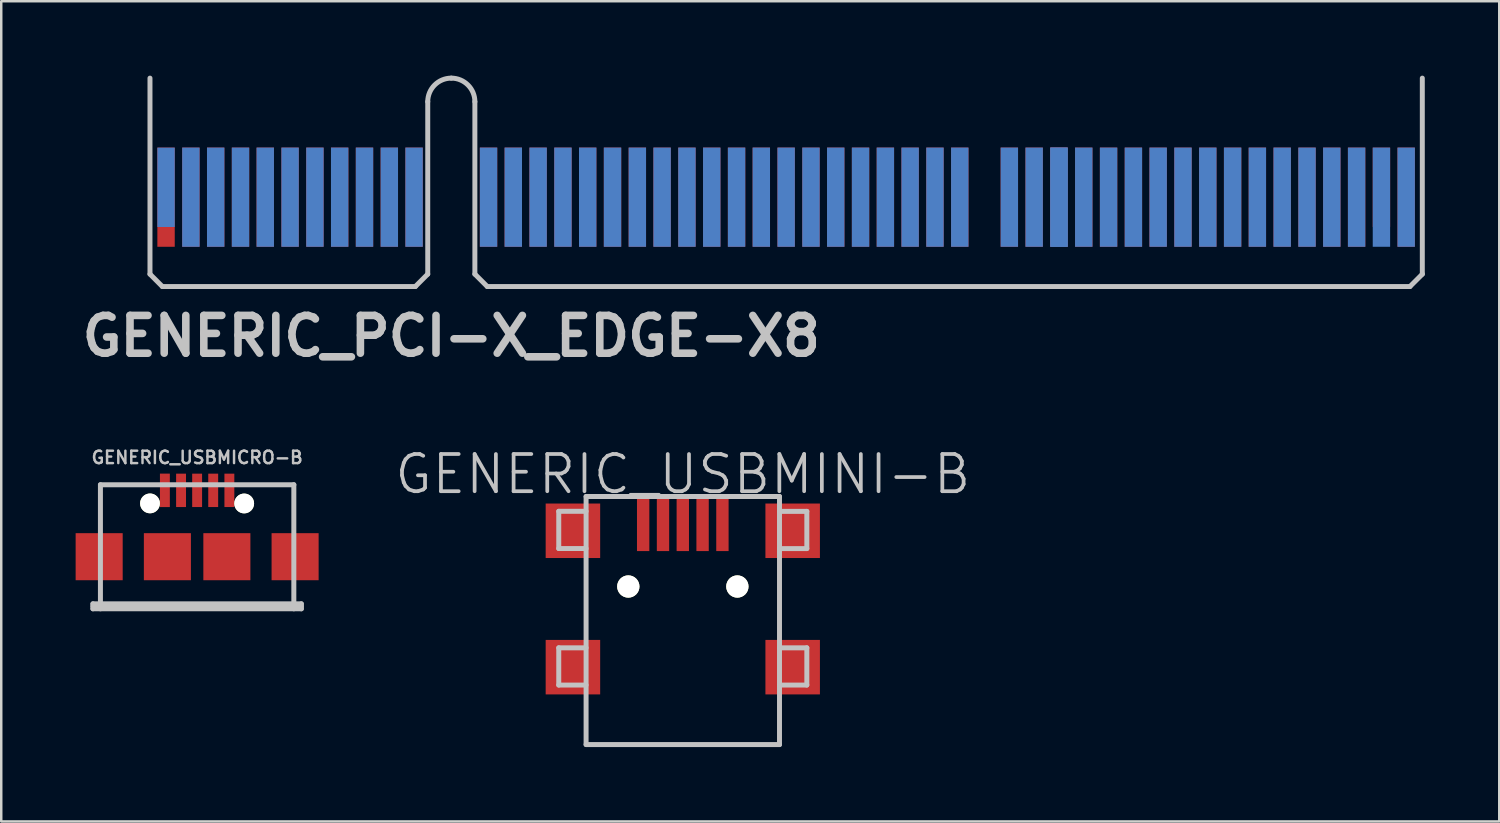
<source format=kicad_pcb>
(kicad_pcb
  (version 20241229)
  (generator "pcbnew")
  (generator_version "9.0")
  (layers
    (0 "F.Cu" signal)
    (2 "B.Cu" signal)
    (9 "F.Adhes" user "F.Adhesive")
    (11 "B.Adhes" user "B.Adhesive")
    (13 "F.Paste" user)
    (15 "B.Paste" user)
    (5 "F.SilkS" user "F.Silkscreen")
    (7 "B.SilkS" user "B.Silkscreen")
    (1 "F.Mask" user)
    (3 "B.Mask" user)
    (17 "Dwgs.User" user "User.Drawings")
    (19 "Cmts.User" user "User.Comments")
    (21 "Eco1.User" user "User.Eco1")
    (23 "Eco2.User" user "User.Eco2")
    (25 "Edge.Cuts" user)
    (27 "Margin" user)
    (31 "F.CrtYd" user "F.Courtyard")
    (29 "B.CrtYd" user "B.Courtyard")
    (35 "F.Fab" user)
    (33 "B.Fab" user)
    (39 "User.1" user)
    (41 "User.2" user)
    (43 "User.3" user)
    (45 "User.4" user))
  (footprint "GENERIC_PCI-X_EDGE-X8"
    (layer "F.Cu")
    (at 15.146 4.301)
    (property "Reference" "GENERIC_PCI-X_EDGE-X8" (at 0 6.2 0) (layer "Dwgs.User") (effects (font (size 1.524 1.524) (thickness 0.305))))
    (attr smd)
    (fp_line (start -12.149 3.701) (end -12.149 -4.201) (stroke (width 0.2) (type solid)) (layer "Dwgs.User"))
    (fp_line (start -11.651 4.201) (end -12.149 3.701) (stroke (width 0.2) (type solid)) (layer "Dwgs.User"))
    (fp_line (start -1.45 4.201) (end -11.651 4.201) (stroke (width 0.2) (type solid)) (layer "Dwgs.User"))
    (fp_line (start -0.95 -3.251) (end -0.95 3.701) (stroke (width 0.2) (type solid)) (layer "Dwgs.User"))
    (fp_line (start -0.95 3.701) (end -1.45 4.201) (stroke (width 0.2) (type solid)) (layer "Dwgs.User"))
    (fp_line (start 0.95 3.701) (end 0.95 -3.251) (stroke (width 0.2) (type solid)) (layer "Dwgs.User"))
    (fp_line (start 0.95 3.701) (end 1.45 4.201) (stroke (width 0.2) (type solid)) (layer "Dwgs.User"))
    (fp_line (start 38.651 4.201) (end 1.45 4.201) (stroke (width 0.2) (type solid)) (layer "Dwgs.User"))
    (fp_line (start 38.651 4.201) (end 39.152 3.701) (stroke (width 0.2) (type solid)) (layer "Dwgs.User"))
    (fp_line (start 39.149 3.701) (end 39.149 -4.201) (stroke (width 0.2) (type solid)) (layer "Dwgs.User"))
    (fp_arc (start -0.94996 -3.2512) (mid -0.671723 -3.922923) (end 0 -4.20116) (stroke (width 0.2) (type solid)) (layer "Dwgs.User"))
    (fp_arc (start 0 -4.20116) (mid 0.671723 -3.922923) (end 0.94996 -3.2512) (stroke (width 0.2) (type solid)) (layer "Dwgs.User"))
    (pad "A1" smd rect (at -11.501 0.201) (size 0.701 3.2) (layers "F.Mask" "B.Cu" "F.Paste"))
    (pad "A2" smd rect (at -10.5 0.599) (size 0.701 4) (layers "F.Mask" "B.Cu" "F.Paste"))
    (pad "A3" smd rect (at -9.5 0.599) (size 0.701 4) (layers "F.Mask" "B.Cu" "F.Paste"))
    (pad "A4" smd rect (at -8.499 0.599) (size 0.701 4) (layers "F.Mask" "B.Cu" "F.Paste"))
    (pad "A5" smd rect (at -7.501 0.599) (size 0.701 4) (layers "F.Mask" "B.Cu" "F.Paste"))
    (pad "A6" smd rect (at -6.5 0.599) (size 0.701 4) (layers "F.Mask" "B.Cu" "F.Paste"))
    (pad "A7" smd rect (at -5.499 0.599) (size 0.701 4) (layers "F.Mask" "B.Cu" "F.Paste"))
    (pad "A8" smd rect (at -4.501 0.599) (size 0.701 4) (layers "F.Mask" "B.Cu" "F.Paste"))
    (pad "A9" smd rect (at -3.5 0.599) (size 0.701 4) (layers "F.Mask" "B.Cu" "F.Paste"))
    (pad "A10" smd rect (at -2.499 0.599) (size 0.701 4) (layers "F.Mask" "B.Cu" "F.Paste"))
    (pad "A11" smd rect (at -1.501 0.599) (size 0.701 4) (layers "F.Mask" "B.Cu" "F.Paste"))
    (pad "A12" smd rect (at 1.501 0.599) (size 0.701 4) (layers "F.Mask" "B.Cu" "F.Paste"))
    (pad "A13" smd rect (at 2.499 0.599) (size 0.701 4) (layers "F.Mask" "B.Cu" "F.Paste"))
    (pad "A14" smd rect (at 3.5 0.599) (size 0.701 4) (layers "F.Mask" "B.Cu" "F.Paste"))
    (pad "A15" smd rect (at 4.501 0.599) (size 0.701 4) (layers "F.Mask" "B.Cu" "F.Paste"))
    (pad "A16" smd rect (at 5.499 0.599) (size 0.701 4) (layers "F.Mask" "B.Cu" "F.Paste"))
    (pad "A17" smd rect (at 6.5 0.599) (size 0.701 4) (layers "F.Mask" "B.Cu" "F.Paste"))
    (pad "A18" smd rect (at 7.501 0.599) (size 0.701 4) (layers "F.Mask" "B.Cu" "F.Paste"))
    (pad "A19" smd rect (at 8.499 0.599) (size 0.701 4) (layers "F.Mask" "B.Cu" "F.Paste"))
    (pad "A20" smd rect (at 9.5 0.599) (size 0.701 4) (layers "F.Mask" "B.Cu" "F.Paste"))
    (pad "A21" smd rect (at 10.5 0.599) (size 0.701 4) (layers "F.Mask" "B.Cu" "F.Paste"))
    (pad "A22" smd rect (at 11.501 0.599) (size 0.701 4) (layers "F.Mask" "B.Cu" "F.Paste"))
    (pad "A23" smd rect (at 12.499 0.599) (size 0.701 4) (layers "F.Mask" "B.Cu" "F.Paste"))
    (pad "A24" smd rect (at 13.5 0.599) (size 0.701 4) (layers "F.Mask" "B.Cu" "F.Paste"))
    (pad "A25" smd rect (at 14.501 0.599) (size 0.701 4) (layers "F.Mask" "B.Cu" "F.Paste"))
    (pad "A26" smd rect (at 15.499 0.599) (size 0.701 4) (layers "F.Mask" "B.Cu" "F.Paste"))
    (pad "A27" smd rect (at 16.5 0.599) (size 0.701 4) (layers "F.Mask" "B.Cu" "F.Paste"))
    (pad "A28" smd rect (at 17.501 0.599) (size 0.701 4) (layers "F.Mask" "B.Cu" "F.Paste"))
    (pad "A29" smd rect (at 18.499 0.599) (size 0.701 4) (layers "F.Mask" "B.Cu" "F.Paste"))
    (pad "A30" smd rect (at 19.5 0.599) (size 0.701 4) (layers "F.Mask" "B.Cu" "F.Paste"))
    (pad "A31" smd rect (at 20.5 0.599) (size 0.701 4) (layers "F.Mask" "B.Cu" "F.Paste"))
    (pad "A32" smd rect (at 24.501 0.599) (size 0.701 4) (layers "F.Mask" "B.Cu" "F.Paste"))
    (pad "A33" smd rect (at 22.499 0.599) (size 0.701 4) (layers "F.Mask" "B.Cu" "F.Paste"))
    (pad "A34" smd rect (at 23.5 0.599) (size 0.701 4) (layers "F.Mask" "B.Cu" "F.Paste"))
    (pad "A35" smd rect (at 24.501 0.599) (size 0.701 4) (layers "F.Mask" "B.Cu" "F.Paste"))
    (pad "A36" smd rect (at 25.499 0.599) (size 0.701 4) (layers "F.Mask" "B.Cu" "F.Paste"))
    (pad "A37" smd rect (at 26.5 0.599) (size 0.701 4) (layers "F.Mask" "B.Cu" "F.Paste"))
    (pad "A38" smd rect (at 27.501 0.599) (size 0.701 4) (layers "F.Mask" "B.Cu" "F.Paste"))
    (pad "A39" smd rect (at 28.499 0.599) (size 0.701 4) (layers "F.Mask" "B.Cu" "F.Paste"))
    (pad "A40" smd rect (at 29.5 0.599) (size 0.701 4) (layers "F.Mask" "B.Cu" "F.Paste"))
    (pad "A41" smd rect (at 30.5 0.599) (size 0.701 4) (layers "F.Mask" "B.Cu" "F.Paste"))
    (pad "A42" smd rect (at 31.501 0.599) (size 0.701 4) (layers "F.Mask" "B.Cu" "F.Paste"))
    (pad "A43" smd rect (at 32.499 0.599) (size 0.701 4) (layers "F.Mask" "B.Cu" "F.Paste"))
    (pad "A44" smd rect (at 33.5 0.599) (size 0.701 4) (layers "F.Mask" "B.Cu" "F.Paste"))
    (pad "A45" smd rect (at 34.501 0.599) (size 0.701 4) (layers "F.Mask" "B.Cu" "F.Paste"))
    (pad "A46" smd rect (at 35.499 0.599) (size 0.701 4) (layers "F.Mask" "B.Cu" "F.Paste"))
    (pad "A47" smd rect (at 36.5 0.599) (size 0.701 4) (layers "F.Mask" "B.Cu" "F.Paste"))
    (pad "A48" smd rect (at 37.501 0.599) (size 0.701 4) (layers "F.Mask" "B.Cu" "F.Paste"))
    (pad "A49" smd rect (at 38.499 0.599) (size 0.701 4) (layers "F.Mask" "B.Cu" "F.Paste"))
    (pad "B1" smd rect (at -11.501 0.599) (size 0.701 4) (layers "F.Cu" "F.Mask" "F.Paste"))
    (pad "B2" smd rect (at -10.5 0.599) (size 0.701 4) (layers "F.Cu" "F.Mask" "F.Paste"))
    (pad "B3" smd rect (at -9.5 0.599) (size 0.701 4) (layers "F.Cu" "F.Mask" "F.Paste"))
    (pad "B4" smd rect (at -8.499 0.599) (size 0.701 4) (layers "F.Cu" "F.Mask" "F.Paste"))
    (pad "B5" smd rect (at -7.501 0.599) (size 0.701 4) (layers "F.Cu" "F.Mask" "F.Paste"))
    (pad "B6" smd rect (at -6.5 0.599) (size 0.701 4) (layers "F.Cu" "F.Mask" "F.Paste"))
    (pad "B7" smd rect (at -5.499 0.599) (size 0.701 4) (layers "F.Cu" "F.Mask" "F.Paste"))
    (pad "B8" smd rect (at -4.501 0.599) (size 0.701 4) (layers "F.Cu" "F.Mask" "F.Paste"))
    (pad "B9" smd rect (at -3.5 0.599) (size 0.701 4) (layers "F.Cu" "F.Mask" "F.Paste"))
    (pad "B10" smd rect (at -2.499 0.599) (size 0.701 4) (layers "F.Cu" "F.Mask" "F.Paste"))
    (pad "B11" smd rect (at -1.501 0.599) (size 0.701 4) (layers "F.Cu" "F.Mask" "F.Paste"))
    (pad "B12" smd rect (at 1.501 0.599) (size 0.701 4) (layers "F.Cu" "F.Mask" "F.Paste"))
    (pad "B13" smd rect (at 2.499 0.599) (size 0.701 4) (layers "F.Cu" "F.Mask" "F.Paste"))
    (pad "B14" smd rect (at 3.5 0.599) (size 0.701 4) (layers "F.Cu" "F.Mask" "F.Paste"))
    (pad "B15" smd rect (at 4.501 0.599) (size 0.701 4) (layers "F.Cu" "F.Mask" "F.Paste"))
    (pad "B16" smd rect (at 5.499 0.599) (size 0.701 4) (layers "F.Cu" "F.Mask" "F.Paste"))
    (pad "B17" smd rect (at 6.5 0.599) (size 0.701 4) (layers "F.Cu" "F.Mask" "F.Paste"))
    (pad "B18" smd rect (at 7.501 0.599) (size 0.701 4) (layers "F.Cu" "F.Mask" "F.Paste"))
    (pad "B19" smd rect (at 8.499 0.599) (size 0.701 4) (layers "F.Cu" "F.Mask" "F.Paste"))
    (pad "B20" smd rect (at 9.5 0.599) (size 0.701 4) (layers "F.Cu" "F.Mask" "F.Paste"))
    (pad "B21" smd rect (at 10.5 0.599) (size 0.701 4) (layers "F.Cu" "F.Mask" "F.Paste"))
    (pad "B22" smd rect (at 11.501 0.599) (size 0.701 4) (layers "F.Cu" "F.Mask" "F.Paste"))
    (pad "B23" smd rect (at 12.499 0.599) (size 0.701 4) (layers "F.Cu" "F.Mask" "F.Paste"))
    (pad "B24" smd rect (at 13.5 0.599) (size 0.701 4) (layers "F.Cu" "F.Mask" "F.Paste"))
    (pad "B25" smd rect (at 14.501 0.599) (size 0.701 4) (layers "F.Cu" "F.Mask" "F.Paste"))
    (pad "B26" smd rect (at 15.499 0.599) (size 0.701 4) (layers "F.Cu" "F.Mask" "F.Paste"))
    (pad "B27" smd rect (at 16.5 0.599) (size 0.701 4) (layers "F.Cu" "F.Mask" "F.Paste"))
    (pad "B28" smd rect (at 17.501 0.599) (size 0.701 4) (layers "F.Cu" "F.Mask" "F.Paste"))
    (pad "B29" smd rect (at 18.499 0.599) (size 0.701 4) (layers "F.Cu" "F.Mask" "F.Paste"))
    (pad "B30" smd rect (at 19.5 0.599) (size 0.701 4) (layers "F.Cu" "F.Mask" "F.Paste"))
    (pad "B31" smd rect (at 20.5 0.599) (size 0.701 4) (layers "F.Cu" "F.Mask" "F.Paste"))
    (pad "B32" smd rect (at 24.501 0.599) (size 0.701 4) (layers "F.Cu" "F.Mask" "F.Paste"))
    (pad "B33" smd rect (at 22.499 0.599) (size 0.701 4) (layers "F.Cu" "F.Mask" "F.Paste"))
    (pad "B34" smd rect (at 23.5 0.599) (size 0.701 4) (layers "F.Cu" "F.Mask" "F.Paste"))
    (pad "B35" smd rect (at 24.501 0.599) (size 0.701 4) (layers "F.Cu" "F.Mask" "F.Paste"))
    (pad "B36" smd rect (at 25.499 0.599) (size 0.701 4) (layers "F.Cu" "F.Mask" "F.Paste"))
    (pad "B37" smd rect (at 26.5 0.599) (size 0.701 4) (layers "F.Cu" "F.Mask" "F.Paste"))
    (pad "B38" smd rect (at 27.501 0.599) (size 0.701 4) (layers "F.Cu" "F.Mask" "F.Paste"))
    (pad "B39" smd rect (at 28.499 0.599) (size 0.701 4) (layers "F.Cu" "F.Mask" "F.Paste"))
    (pad "B40" smd rect (at 29.5 0.599) (size 0.701 4) (layers "F.Cu" "F.Mask" "F.Paste"))
    (pad "B41" smd rect (at 30.5 0.599) (size 0.701 4) (layers "F.Cu" "F.Mask" "F.Paste"))
    (pad "B42" smd rect (at 31.501 0.599) (size 0.701 4) (layers "F.Cu" "F.Mask" "F.Paste"))
    (pad "B43" smd rect (at 32.499 0.599) (size 0.701 4) (layers "F.Cu" "F.Mask" "F.Paste"))
    (pad "B44" smd rect (at 33.5 0.599) (size 0.701 4) (layers "F.Cu" "F.Mask" "F.Paste"))
    (pad "B45" smd rect (at 34.501 0.599) (size 0.701 4) (layers "F.Cu" "F.Mask" "F.Paste"))
    (pad "B46" smd rect (at 35.499 0.599) (size 0.701 4) (layers "F.Cu" "F.Mask" "F.Paste"))
    (pad "B47" smd rect (at 36.5 0.599) (size 0.701 4) (layers "F.Cu" "F.Mask" "F.Paste"))
    (pad "B48" smd rect (at 37.501 0.201) (size 0.701 3.2) (layers "F.Cu" "F.Mask" "F.Paste"))
    (pad "B49" smd rect (at 38.499 0.599) (size 0.701 4) (layers "F.Cu" "F.Mask" "F.Paste")))
  (footprint "GENERIC_USBMINI-B"
    (layer "F.Cu")
    (at 24.479 21.969)
    (property "Reference" "GENERIC_USBMINI-B" (at 0 -5.9 0) (layer "Dwgs.User") (effects (font (size 1.5 1.5) (thickness 0.15))))
    (attr smd)
    (fp_line (start -5.001 -4.404) (end -5.001 -2.903) (stroke (width 0.2) (type solid)) (layer "Dwgs.User"))
    (fp_line (start -5.001 -2.903) (end -3.899 -2.903) (stroke (width 0.2) (type solid)) (layer "Dwgs.User"))
    (fp_line (start -5.001 1.1) (end -5.001 2.601) (stroke (width 0.2) (type solid)) (layer "Dwgs.User"))
    (fp_line (start -5.001 2.601) (end -3.899 2.601) (stroke (width 0.2) (type solid)) (layer "Dwgs.User"))
    (fp_line (start -3.899 -5.001) (end -3.899 5.001) (stroke (width 0.2) (type solid)) (layer "Dwgs.User"))
    (fp_line (start -3.899 -4.404) (end -5.001 -4.404) (stroke (width 0.2) (type solid)) (layer "Dwgs.User"))
    (fp_line (start -3.899 1.1) (end -5.001 1.1) (stroke (width 0.2) (type solid)) (layer "Dwgs.User"))
    (fp_line (start -3.899 5.001) (end 3.899 5.001) (stroke (width 0.2) (type solid)) (layer "Dwgs.User"))
    (fp_line (start 3.899 -5.001) (end -3.899 -5.001) (stroke (width 0.2) (type solid)) (layer "Dwgs.User"))
    (fp_line (start 3.899 -4.402) (end 5.001 -4.402) (stroke (width 0.2) (type solid)) (layer "Dwgs.User"))
    (fp_line (start 3.899 1.1) (end 5.001 1.1) (stroke (width 0.2) (type solid)) (layer "Dwgs.User"))
    (fp_line (start 3.899 5.001) (end 3.899 -5.001) (stroke (width 0.2) (type solid)) (layer "Dwgs.User"))
    (fp_line (start 5.001 -4.402) (end 5.001 -2.901) (stroke (width 0.2) (type solid)) (layer "Dwgs.User"))
    (fp_line (start 5.001 -2.901) (end 3.899 -2.901) (stroke (width 0.2) (type solid)) (layer "Dwgs.User"))
    (fp_line (start 5.001 1.1) (end 5.001 2.601) (stroke (width 0.2) (type solid)) (layer "Dwgs.User"))
    (fp_line (start 5.001 2.601) (end 3.899 2.601) (stroke (width 0.2) (type solid)) (layer "Dwgs.User"))
    (pad "" smd rect (at -4.43 -3.619) (size 2.197 2.197) (layers "F.Cu" "F.Mask" "F.Paste"))
    (pad "" smd rect (at -4.43 1.88) (size 2.197 2.197) (layers "F.Cu" "F.Mask" "F.Paste"))
    (pad "" np_thru_hole circle (at -2.197 -1.372) (size 0.899 0.899) (drill 0.899) (layers "*.Cu" "*.Mask" "F.SilkS"))
    (pad "" np_thru_hole circle (at 2.2 -1.372) (size 0.899 0.899) (drill 0.899) (layers "*.Cu" "*.Mask" "F.SilkS"))
    (pad "" smd rect (at 4.43 -3.619) (size 2.197 2.197) (layers "F.Cu" "F.Mask" "F.Paste"))
    (pad "" smd rect (at 4.43 1.88) (size 2.197 2.197) (layers "F.Cu" "F.Mask" "F.Paste"))
    (pad "1" smd rect (at -1.598 -3.899) (size 0.498 2.197) (layers "F.Cu" "F.Mask" "F.Paste"))
    (pad "2" smd rect (at -0.798 -3.899) (size 0.498 2.197) (layers "F.Cu" "F.Mask" "F.Paste"))
    (pad "3" smd rect (at 0 -3.899) (size 0.498 2.197) (layers "F.Cu" "F.Mask" "F.Paste"))
    (pad "4" smd rect (at 0.798 -3.899) (size 0.498 2.197) (layers "F.Cu" "F.Mask" "F.Paste"))
    (pad "5" smd rect (at 1.598 -3.899) (size 0.498 2.197) (layers "F.Cu" "F.Mask" "F.Paste")))
  (footprint "GENERIC_USBMICRO-B"
    (layer "F.Cu")
    (at 4.898 19.395)
    (property "Reference" "GENERIC_USBMICRO-B" (at 0 -4 0) (layer "Dwgs.User") (effects (font (size 0.5 0.5) (thickness 0.099))))
    (attr smd)
    (fp_line (start -4.201 1.9) (end -4.201 2.101) (stroke (width 0.201) (type solid)) (layer "Dwgs.User"))
    (fp_line (start -4.201 1.999) (end 4.201 1.999) (stroke (width 0.201) (type solid)) (layer "Dwgs.User"))
    (fp_line (start -4.201 2.101) (end 4.201 2.101) (stroke (width 0.201) (type solid)) (layer "Dwgs.User"))
    (fp_line (start -3.899 -2.901) (end 3.899 -2.901) (stroke (width 0.201) (type solid)) (layer "Dwgs.User"))
    (fp_line (start -3.899 2.101) (end -3.899 -2.901) (stroke (width 0.201) (type solid)) (layer "Dwgs.User"))
    (fp_line (start 3.899 -2.901) (end 3.899 2.101) (stroke (width 0.201) (type solid)) (layer "Dwgs.User"))
    (fp_line (start 4.201 1.9) (end -4.201 1.9) (stroke (width 0.201) (type solid)) (layer "Dwgs.User"))
    (fp_line (start 4.201 2.101) (end 4.201 1.9) (stroke (width 0.201) (type solid)) (layer "Dwgs.User"))
    (pad "" smd rect (at -3.95 0) (size 1.897 1.897) (layers "F.Cu" "F.Mask" "F.Paste"))
    (pad "" np_thru_hole circle (at -1.9 -2.149) (size 0.798 0.798) (drill 0.798) (layers "*.Cu" "*.Mask" "F.SilkS"))
    (pad "" smd rect (at -1.199 0) (size 1.897 1.897) (layers "F.Cu" "F.Mask" "F.Paste"))
    (pad "" smd rect (at 1.199 0) (size 1.897 1.897) (layers "F.Cu" "F.Mask" "F.Paste"))
    (pad "" np_thru_hole circle (at 1.897 -2.146) (size 0.798 0.798) (drill 0.798) (layers "*.Cu" "*.Mask" "F.SilkS"))
    (pad "" smd rect (at 3.95 0) (size 1.897 1.897) (layers "F.Cu" "F.Mask" "F.Paste"))
    (pad "1" smd rect (at -1.3 -2.675) (size 0.399 1.349) (layers "F.Cu" "F.Mask" "F.Paste"))
    (pad "2" smd rect (at -0.648 -2.675) (size 0.399 1.346) (layers "F.Cu" "F.Mask" "F.Paste"))
    (pad "3" smd rect (at 0 -2.675) (size 0.399 1.346) (layers "F.Cu" "F.Mask" "F.Paste"))
    (pad "4" smd rect (at 0.648 -2.675) (size 0.399 1.346) (layers "F.Cu" "F.Mask" "F.Paste"))
    (pad "5" smd rect (at 1.3 -2.675) (size 0.399 1.346) (layers "F.Cu" "F.Mask" "F.Paste")))
  (gr_rect
    (start -3 -3)
    (end 57.397 30.07)
    (stroke (width 0.1) (type default))
    (fill no)
    (layer "Edge.Cuts")))
</source>
